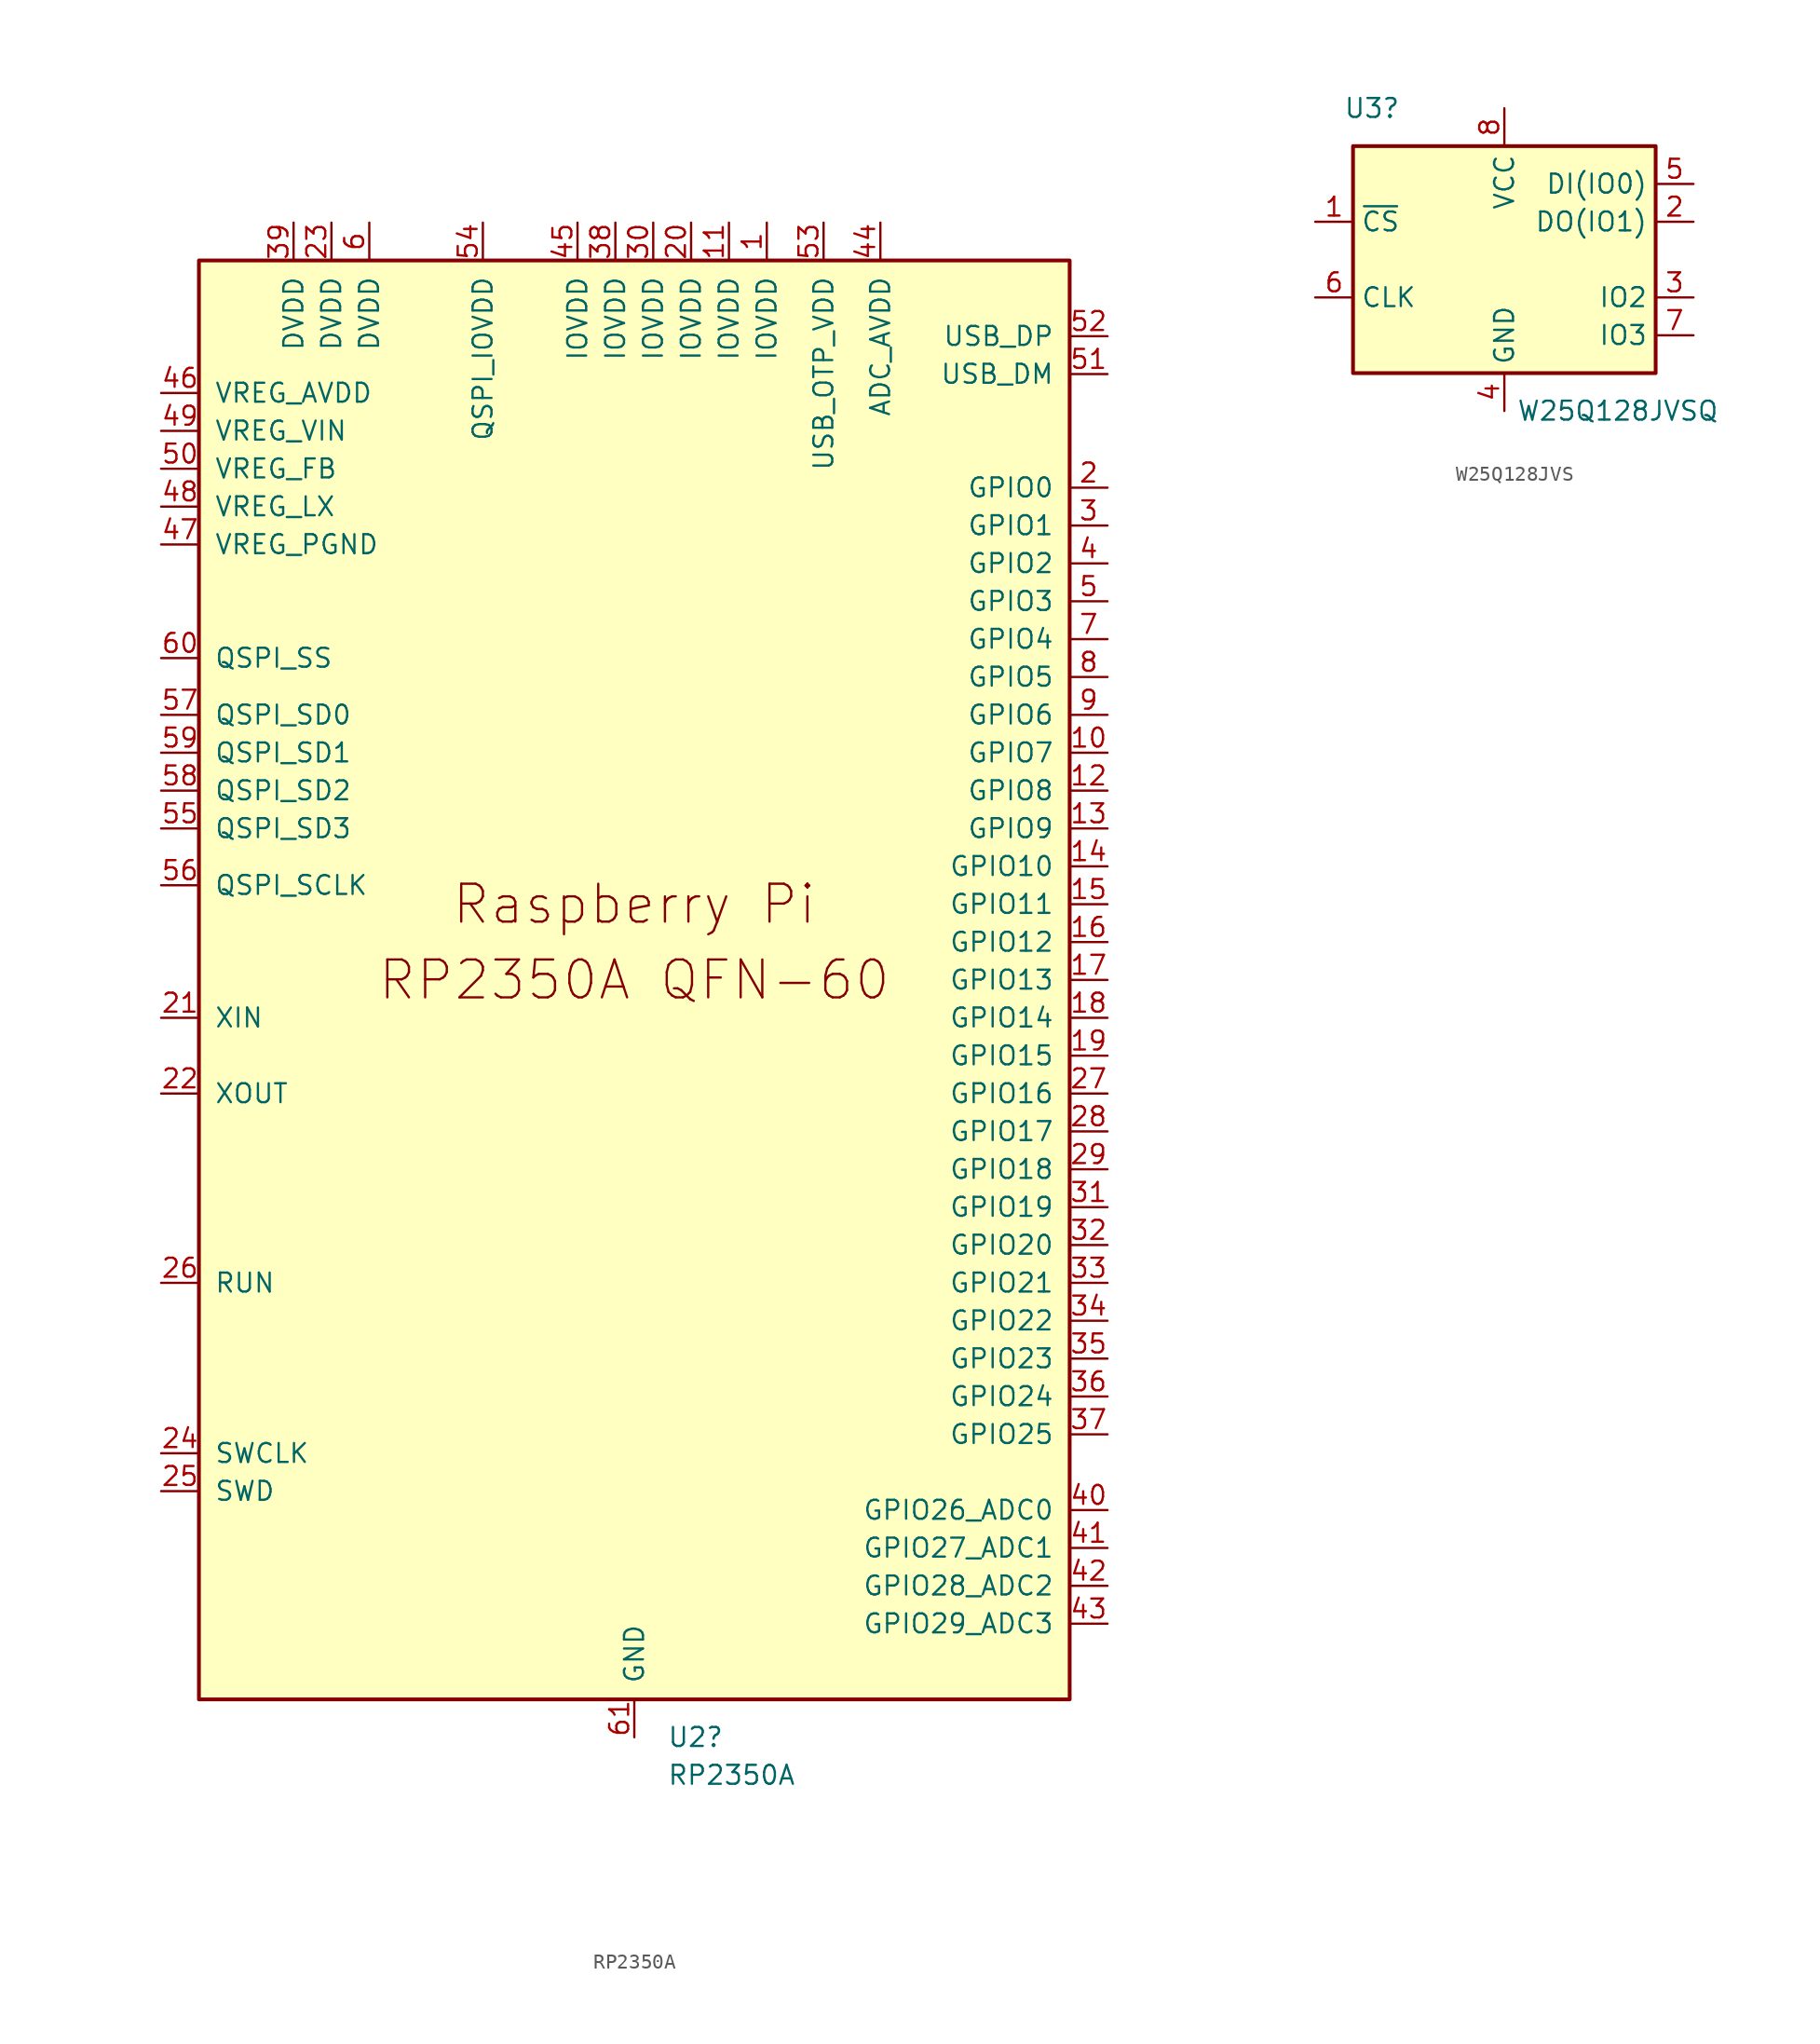
<source format=kicad_sym>
(kicad_symbol_lib
  (version 20231120)
  (generator "kicad_symbol_editor")
  (generator_version "8.0")
  (symbol "RP2350A"
    (pin_names
      (offset 1.016))
    (property "Reference" "U2"
      (at 2.194 -50.8 0)
      (effects (font (size 1.27 1.27)) (justify left)))
    (property "Value" "RP2350A"
      (at 2.194 -53.34 0)
      (effects (font (size 1.27 1.27)) (justify left)))
    (symbol "RP2350A_0_0"
      (text "Raspberry Pi" (at 0 5.08 0) (effects (font (size 2.54 2.54)))))
    (symbol "RP2350A_0_1"
      (rectangle (start 29.21 48.26) (end -29.21 -48.26) (stroke (width 0.254) (type default)) (fill (type background))))
    (symbol "RP2350A_1_0"
      (text "RP2350A QFN-60" (at 0 0 0) (effects (font (size 2.54 2.54)))))
    (symbol "RP2350A_1_1"
      (pin power_in line (at 8.89 50.8 270) (length 2.54) (name "IOVDD" (effects (font (size 1.27 1.27)))) (number "1" (effects (font (size 1.27 1.27)))))
      (pin bidirectional line (at 31.75 15.24 180) (length 2.54) (name "GPIO7" (effects (font (size 1.27 1.27)))) (number "10" (effects (font (size 1.27 1.27)))))
      (pin power_in line (at 6.35 50.8 270) (length 2.54) (name "IOVDD" (effects (font (size 1.27 1.27)))) (number "11" (effects (font (size 1.27 1.27)))))
      (pin bidirectional line (at 31.75 12.7 180) (length 2.54) (name "GPIO8" (effects (font (size 1.27 1.27)))) (number "12" (effects (font (size 1.27 1.27)))))
      (pin bidirectional line (at 31.75 10.16 180) (length 2.54) (name "GPIO9" (effects (font (size 1.27 1.27)))) (number "13" (effects (font (size 1.27 1.27)))))
      (pin bidirectional line (at 31.75 7.62 180) (length 2.54) (name "GPIO10" (effects (font (size 1.27 1.27)))) (number "14" (effects (font (size 1.27 1.27)))))
      (pin bidirectional line (at 31.75 5.08 180) (length 2.54) (name "GPIO11" (effects (font (size 1.27 1.27)))) (number "15" (effects (font (size 1.27 1.27)))))
      (pin bidirectional line (at 31.75 2.54 180) (length 2.54) (name "GPIO12" (effects (font (size 1.27 1.27)))) (number "16" (effects (font (size 1.27 1.27)))))
      (pin bidirectional line (at 31.75 0 180) (length 2.54) (name "GPIO13" (effects (font (size 1.27 1.27)))) (number "17" (effects (font (size 1.27 1.27)))))
      (pin bidirectional line (at 31.75 -2.54 180) (length 2.54) (name "GPIO14" (effects (font (size 1.27 1.27)))) (number "18" (effects (font (size 1.27 1.27)))))
      (pin bidirectional line (at 31.75 -5.08 180) (length 2.54) (name "GPIO15" (effects (font (size 1.27 1.27)))) (number "19" (effects (font (size 1.27 1.27)))))
      (pin bidirectional line (at 31.75 33.02 180) (length 2.54) (name "GPIO0" (effects (font (size 1.27 1.27)))) (number "2" (effects (font (size 1.27 1.27)))))
      (pin power_in line (at 3.81 50.8 270) (length 2.54) (name "IOVDD" (effects (font (size 1.27 1.27)))) (number "20" (effects (font (size 1.27 1.27)))))
      (pin input line (at -31.75 -2.54 0) (length 2.54) (name "XIN" (effects (font (size 1.27 1.27)))) (number "21" (effects (font (size 1.27 1.27)))))
      (pin passive line (at -31.75 -7.62 0) (length 2.54) (name "XOUT" (effects (font (size 1.27 1.27)))) (number "22" (effects (font (size 1.27 1.27)))))
      (pin power_in line (at -20.32 50.8 270) (length 2.54) (name "DVDD" (effects (font (size 1.27 1.27)))) (number "23" (effects (font (size 1.27 1.27)))))
      (pin output line (at -31.75 -31.75 0) (length 2.54) (name "SWCLK" (effects (font (size 1.27 1.27)))) (number "24" (effects (font (size 1.27 1.27)))))
      (pin bidirectional line (at -31.75 -34.29 0) (length 2.54) (name "SWD" (effects (font (size 1.27 1.27)))) (number "25" (effects (font (size 1.27 1.27)))))
      (pin input line (at -31.75 -20.32 0) (length 2.54) (name "RUN" (effects (font (size 1.27 1.27)))) (number "26" (effects (font (size 1.27 1.27)))))
      (pin bidirectional line (at 31.75 -7.62 180) (length 2.54) (name "GPIO16" (effects (font (size 1.27 1.27)))) (number "27" (effects (font (size 1.27 1.27)))))
      (pin bidirectional line (at 31.75 -10.16 180) (length 2.54) (name "GPIO17" (effects (font (size 1.27 1.27)))) (number "28" (effects (font (size 1.27 1.27)))))
      (pin bidirectional line (at 31.75 -12.7 180) (length 2.54) (name "GPIO18" (effects (font (size 1.27 1.27)))) (number "29" (effects (font (size 1.27 1.27)))))
      (pin bidirectional line (at 31.75 30.48 180) (length 2.54) (name "GPIO1" (effects (font (size 1.27 1.27)))) (number "3" (effects (font (size 1.27 1.27)))))
      (pin power_in line (at 1.27 50.8 270) (length 2.54) (name "IOVDD" (effects (font (size 1.27 1.27)))) (number "30" (effects (font (size 1.27 1.27)))))
      (pin bidirectional line (at 31.75 -15.24 180) (length 2.54) (name "GPIO19" (effects (font (size 1.27 1.27)))) (number "31" (effects (font (size 1.27 1.27)))))
      (pin bidirectional line (at 31.75 -17.78 180) (length 2.54) (name "GPIO20" (effects (font (size 1.27 1.27)))) (number "32" (effects (font (size 1.27 1.27)))))
      (pin bidirectional line (at 31.75 -20.32 180) (length 2.54) (name "GPIO21" (effects (font (size 1.27 1.27)))) (number "33" (effects (font (size 1.27 1.27)))))
      (pin bidirectional line (at 31.75 -22.86 180) (length 2.54) (name "GPIO22" (effects (font (size 1.27 1.27)))) (number "34" (effects (font (size 1.27 1.27)))))
      (pin bidirectional line (at 31.75 -25.4 180) (length 2.54) (name "GPIO23" (effects (font (size 1.27 1.27)))) (number "35" (effects (font (size 1.27 1.27)))))
      (pin bidirectional line (at 31.75 -27.94 180) (length 2.54) (name "GPIO24" (effects (font (size 1.27 1.27)))) (number "36" (effects (font (size 1.27 1.27)))))
      (pin bidirectional line (at 31.75 -30.48 180) (length 2.54) (name "GPIO25" (effects (font (size 1.27 1.27)))) (number "37" (effects (font (size 1.27 1.27)))))
      (pin power_in line (at -1.27 50.8 270) (length 2.54) (name "IOVDD" (effects (font (size 1.27 1.27)))) (number "38" (effects (font (size 1.27 1.27)))))
      (pin power_in line (at -22.86 50.8 270) (length 2.54) (name "DVDD" (effects (font (size 1.27 1.27)))) (number "39" (effects (font (size 1.27 1.27)))))
      (pin bidirectional line (at 31.75 27.94 180) (length 2.54) (name "GPIO2" (effects (font (size 1.27 1.27)))) (number "4" (effects (font (size 1.27 1.27)))))
      (pin bidirectional line (at 31.75 -35.56 180) (length 2.54) (name "GPIO26_ADC0" (effects (font (size 1.27 1.27)))) (number "40" (effects (font (size 1.27 1.27)))))
      (pin bidirectional line (at 31.75 -38.1 180) (length 2.54) (name "GPIO27_ADC1" (effects (font (size 1.27 1.27)))) (number "41" (effects (font (size 1.27 1.27)))))
      (pin bidirectional line (at 31.75 -40.64 180) (length 2.54) (name "GPIO28_ADC2" (effects (font (size 1.27 1.27)))) (number "42" (effects (font (size 1.27 1.27)))))
      (pin bidirectional line (at 31.75 -43.18 180) (length 2.54) (name "GPIO29_ADC3" (effects (font (size 1.27 1.27)))) (number "43" (effects (font (size 1.27 1.27)))))
      (pin power_in line (at 16.51 50.8 270) (length 2.54) (name "ADC_AVDD" (effects (font (size 1.27 1.27)))) (number "44" (effects (font (size 1.27 1.27)))))
      (pin power_in line (at -3.81 50.8 270) (length 2.54) (name "IOVDD" (effects (font (size 1.27 1.27)))) (number "45" (effects (font (size 1.27 1.27)))))
      (pin power_in line (at -31.75 39.37 0) (length 2.54) (name "VREG_AVDD" (effects (font (size 1.27 1.27)))) (number "46" (effects (font (size 1.27 1.27)))))
      (pin power_in line (at -31.75 29.21 0) (length 2.54) (name "VREG_PGND" (effects (font (size 1.27 1.27)))) (number "47" (effects (font (size 1.27 1.27)))))
      (pin power_out line (at -31.75 31.75 0) (length 2.54) (name "VREG_LX" (effects (font (size 1.27 1.27)))) (number "48" (effects (font (size 1.27 1.27)))))
      (pin power_in line (at -31.75 36.83 0) (length 2.54) (name "VREG_VIN" (effects (font (size 1.27 1.27)))) (number "49" (effects (font (size 1.27 1.27)))))
      (pin bidirectional line (at 31.75 25.4 180) (length 2.54) (name "GPIO3" (effects (font (size 1.27 1.27)))) (number "5" (effects (font (size 1.27 1.27)))))
      (pin input line (at -31.75 34.29 0) (length 2.54) (name "VREG_FB" (effects (font (size 1.27 1.27)))) (number "50" (effects (font (size 1.27 1.27)))))
      (pin bidirectional line (at 31.75 40.64 180) (length 2.54) (name "USB_DM" (effects (font (size 1.27 1.27)))) (number "51" (effects (font (size 1.27 1.27)))))
      (pin bidirectional line (at 31.75 43.18 180) (length 2.54) (name "USB_DP" (effects (font (size 1.27 1.27)))) (number "52" (effects (font (size 1.27 1.27)))))
      (pin power_in line (at 12.7 50.8 270) (length 2.54) (name "USB_OTP_VDD" (effects (font (size 1.27 1.27)))) (number "53" (effects (font (size 1.27 1.27)))))
      (pin power_in line (at -10.16 50.8 270) (length 2.54) (name "QSPI_IOVDD" (effects (font (size 1.27 1.27)))) (number "54" (effects (font (size 1.27 1.27)))))
      (pin bidirectional line (at -31.75 10.16 0) (length 2.54) (name "QSPI_SD3" (effects (font (size 1.27 1.27)))) (number "55" (effects (font (size 1.27 1.27)))))
      (pin output line (at -31.75 6.35 0) (length 2.54) (name "QSPI_SCLK" (effects (font (size 1.27 1.27)))) (number "56" (effects (font (size 1.27 1.27)))))
      (pin bidirectional line (at -31.75 17.78 0) (length 2.54) (name "QSPI_SD0" (effects (font (size 1.27 1.27)))) (number "57" (effects (font (size 1.27 1.27)))))
      (pin bidirectional line (at -31.75 12.7 0) (length 2.54) (name "QSPI_SD2" (effects (font (size 1.27 1.27)))) (number "58" (effects (font (size 1.27 1.27)))))
      (pin bidirectional line (at -31.75 15.24 0) (length 2.54) (name "QSPI_SD1" (effects (font (size 1.27 1.27)))) (number "59" (effects (font (size 1.27 1.27)))))
      (pin power_in line (at -17.78 50.8 270) (length 2.54) (name "DVDD" (effects (font (size 1.27 1.27)))) (number "6" (effects (font (size 1.27 1.27)))))
      (pin bidirectional line (at -31.75 21.59 0) (length 2.54) (name "QSPI_SS" (effects (font (size 1.27 1.27)))) (number "60" (effects (font (size 1.27 1.27)))))
      (pin power_in line (at 0 -50.8 90) (length 2.54) (name "GND" (effects (font (size 1.27 1.27)))) (number "61" (effects (font (size 1.27 1.27)))))
      (pin bidirectional line (at 31.75 22.86 180) (length 2.54) (name "GPIO4" (effects (font (size 1.27 1.27)))) (number "7" (effects (font (size 1.27 1.27)))))
      (pin bidirectional line (at 31.75 20.32 180) (length 2.54) (name "GPIO5" (effects (font (size 1.27 1.27)))) (number "8" (effects (font (size 1.27 1.27)))))
      (pin bidirectional line (at 31.75 17.78 180) (length 2.54) (name "GPIO6" (effects (font (size 1.27 1.27)))) (number "9" (effects (font (size 1.27 1.27)))))))
  (symbol "W25Q128JVS"
    (property "Reference" "U3"
      (at -8.89 10.16 0)
      (effects (font (size 1.27 1.27))))
    (property "Value" "W25Q128JVSQ"
      (at 7.62 -10.16 0)
      (effects (font (size 1.27 1.27))))
    (symbol "W25Q128JVS_0_1"
      (rectangle (start -10.16 7.62) (end 10.16 -7.62) (stroke (width 0.254) (type default)) (fill (type background))))
    (symbol "W25Q128JVS_1_1"
      (pin input line (at -12.7 2.54 0) (length 2.54) (name "~{CS}" (effects (font (size 1.27 1.27)))) (number "1" (effects (font (size 1.27 1.27)))))
      (pin bidirectional line (at 12.7 2.54 180) (length 2.54) (name "DO(IO1)" (effects (font (size 1.27 1.27)))) (number "2" (effects (font (size 1.27 1.27)))))
      (pin bidirectional line (at 12.7 -2.54 180) (length 2.54) (name "IO2" (effects (font (size 1.27 1.27)))) (number "3" (effects (font (size 1.27 1.27)))))
      (pin power_in line (at 0 -10.16 90) (length 2.54) (name "GND" (effects (font (size 1.27 1.27)))) (number "4" (effects (font (size 1.27 1.27)))))
      (pin bidirectional line (at 12.7 5.08 180) (length 2.54) (name "DI(IO0)" (effects (font (size 1.27 1.27)))) (number "5" (effects (font (size 1.27 1.27)))))
      (pin input line (at -12.7 -2.54 0) (length 2.54) (name "CLK" (effects (font (size 1.27 1.27)))) (number "6" (effects (font (size 1.27 1.27)))))
      (pin bidirectional line (at 12.7 -5.08 180) (length 2.54) (name "IO3" (effects (font (size 1.27 1.27)))) (number "7" (effects (font (size 1.27 1.27)))))
      (pin power_in line (at 0 10.16 270) (length 2.54) (name "VCC" (effects (font (size 1.27 1.27)))) (number "8" (effects (font (size 1.27 1.27))))))))
</source>
